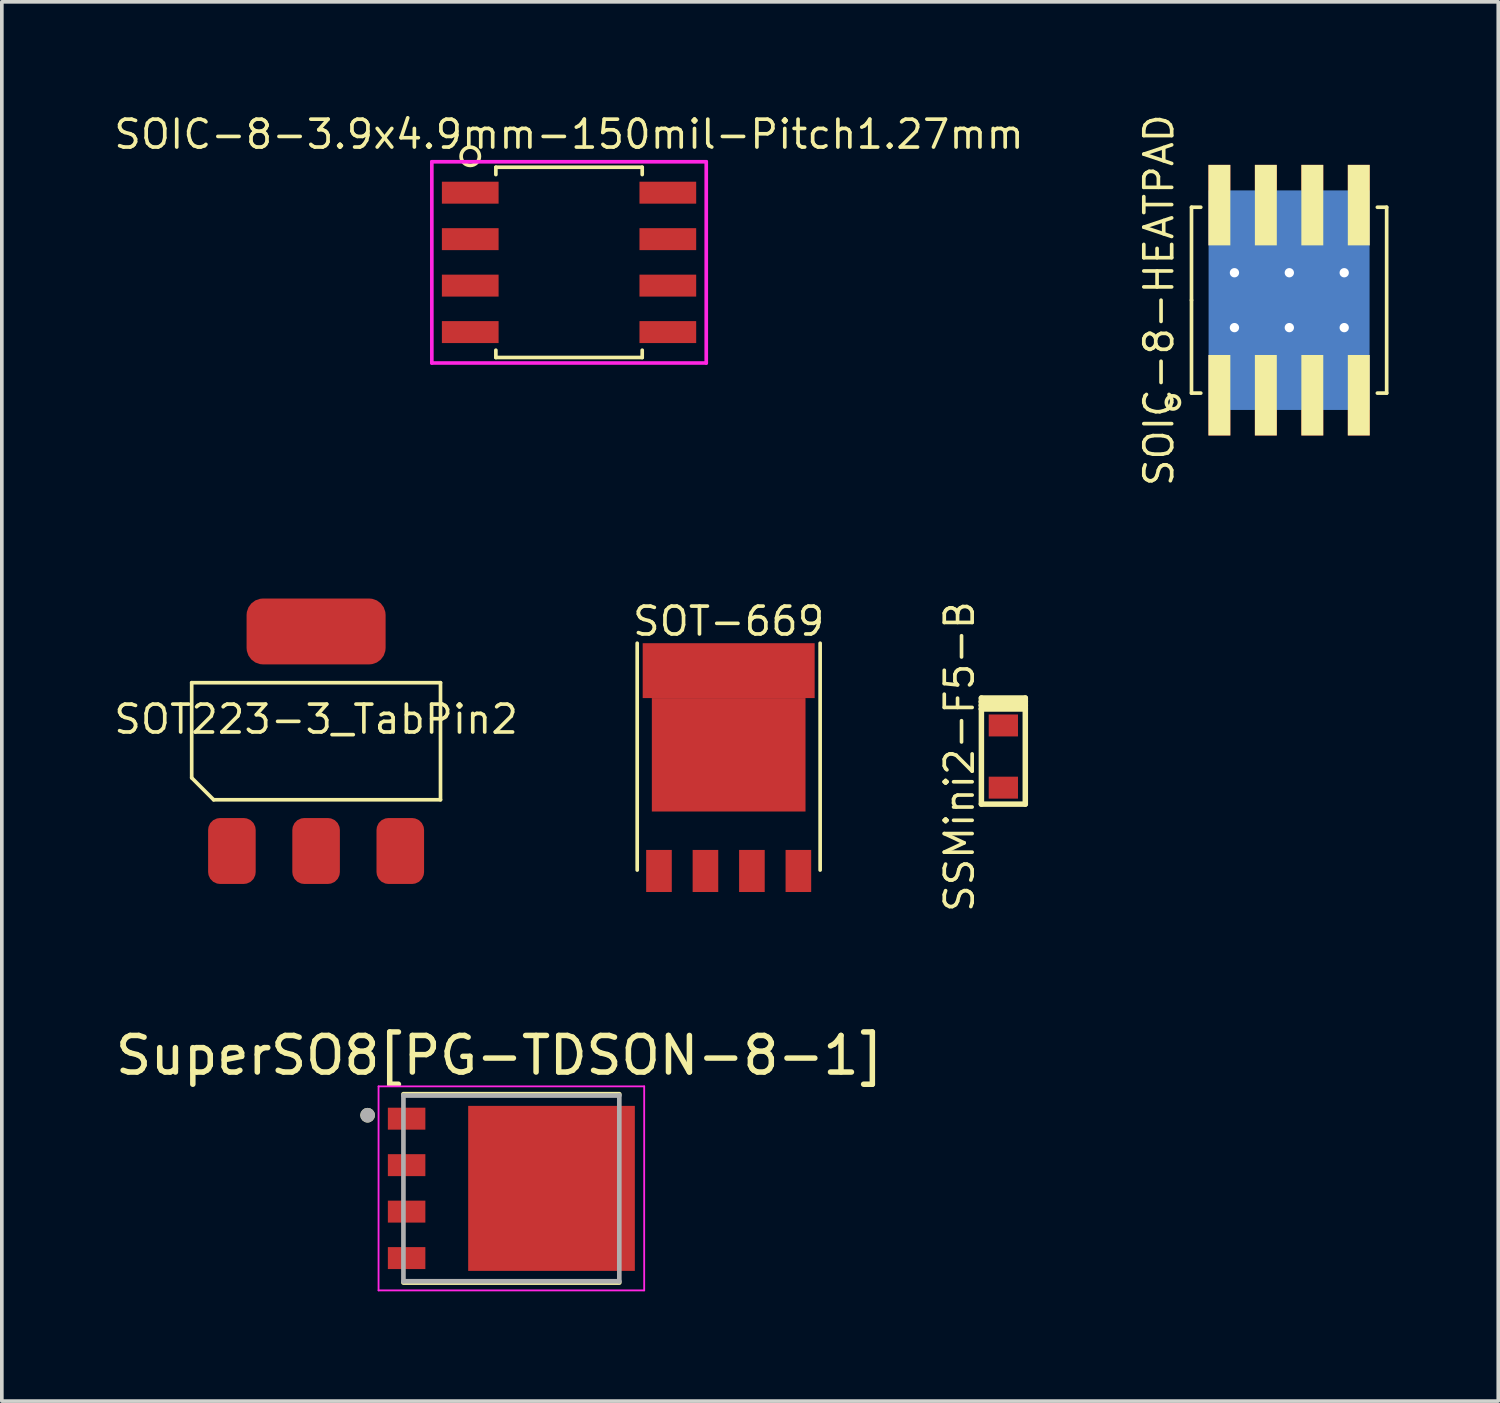
<source format=kicad_pcb>
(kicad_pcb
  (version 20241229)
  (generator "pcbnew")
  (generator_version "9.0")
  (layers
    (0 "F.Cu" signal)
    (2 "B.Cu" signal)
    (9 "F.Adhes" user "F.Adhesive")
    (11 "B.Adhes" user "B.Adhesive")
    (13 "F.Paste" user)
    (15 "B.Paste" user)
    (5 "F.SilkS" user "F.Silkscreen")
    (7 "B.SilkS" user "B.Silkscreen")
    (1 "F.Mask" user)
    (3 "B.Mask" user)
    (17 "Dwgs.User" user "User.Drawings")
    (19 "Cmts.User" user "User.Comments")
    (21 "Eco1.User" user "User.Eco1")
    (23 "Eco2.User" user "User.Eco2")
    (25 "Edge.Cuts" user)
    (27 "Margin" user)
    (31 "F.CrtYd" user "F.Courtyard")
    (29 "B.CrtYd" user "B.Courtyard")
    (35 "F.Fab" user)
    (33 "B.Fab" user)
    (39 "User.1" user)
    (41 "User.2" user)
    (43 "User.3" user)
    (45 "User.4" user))
  (footprint "SOT-669"
    (layer "F.Cu")
    (at 16.865 18.029)
    (property "Reference" "SOT-669" (at 0 -4.1 0) (layer "F.SilkS") (effects (font (size 0.762 0.762) (thickness 0.1))))
    (attr through_hole)
    (fp_line (start -2.5 -3.5) (end -2.5 2.7) (stroke (width 0.1) (type solid)) (layer "F.SilkS"))
    (fp_line (start 2.5 -3.5) (end 2.5 2.7) (stroke (width 0.1) (type solid)) (layer "F.SilkS"))
    (pad "1" smd rect (at -1.905 2.725) (size 0.7 1.15) (layers "F.Cu" "F.Mask" "F.Paste"))
    (pad "2" smd rect (at -0.635 2.725) (size 0.7 1.15) (layers "F.Cu" "F.Mask" "F.Paste"))
    (pad "3" smd rect (at 0.635 2.725) (size 0.7 1.15) (layers "F.Cu" "F.Mask" "F.Paste"))
    (pad "4" smd rect (at 1.905 2.725) (size 0.7 1.15) (layers "F.Cu" "F.Mask" "F.Paste"))
    (pad "mb" smd rect (at 0 -2.75) (size 4.7 1.5) (layers "F.Cu" "F.Mask" "F.Paste"))
    (pad "mb" smd rect (at 0 -0.45) (size 4.2 3.1) (layers "F.Cu" "F.Mask" "F.Paste")))
  (footprint "SOT223-3_TabPin2"
    (layer "F.Cu")
    (at 5.589 17.208)
    (property "Reference" "SOT223-3_TabPin2" (at 0 -0.6 0) (layer "F.SilkS") (effects (font (size 0.762 0.762) (thickness 0.1))))
    (attr smd)
    (fp_line (start -3.4 -1.6) (end -3.4 1) (stroke (width 0.1) (type solid)) (layer "F.SilkS"))
    (fp_line (start -3.4 -1.6) (end 3.4 -1.6) (stroke (width 0.1) (type solid)) (layer "F.SilkS"))
    (fp_line (start -3.4 1) (end -2.8 1.6) (stroke (width 0.1) (type solid)) (layer "F.SilkS"))
    (fp_line (start -2.8 1.6) (end 3.4 1.6) (stroke (width 0.1) (type solid)) (layer "F.SilkS"))
    (fp_line (start 3.4 -1.6) (end 3.4 1.6) (stroke (width 0.1) (type solid)) (layer "F.SilkS"))
    (pad "1" smd roundrect (at -2.301 3) (size 1.3 1.801) (layers "F.Cu" "F.Mask" "F.Paste") (roundrect_rratio 0.25))
    (pad "2" smd roundrect (at 0 -3) (size 3.8 1.801) (layers "F.Cu" "F.Mask" "F.Paste") (roundrect_rratio 0.25))
    (pad "2" smd roundrect (at 0 3) (size 1.3 1.801) (layers "F.Cu" "F.Mask" "F.Paste") (roundrect_rratio 0.25))
    (pad "3" smd roundrect (at 2.301 3) (size 1.3 1.801) (layers "F.Cu" "F.Mask" "F.Paste") (roundrect_rratio 0.25)))
  (footprint "SuperSO8[PG-TDSON-8-1]"
    (layer "F.Cu")
    (at 10.926 29.429)
    (property "Reference" "SuperSO8[PG-TDSON-8-1]" (at -0.325 -3.635 0) (layer "F.SilkS") (effects (font (size 1 1) (thickness 0.15))))
    (attr smd)
    (fp_poly (pts (xy -3.325 -2.155) (xy -2.401 -2.155) (xy -2.401 -1.655) (xy -3.325 -1.655)) (stroke (width 0.01) (type solid)) (fill yes) (layer "F.Mask"))
    (fp_poly (pts (xy -3.325 -0.885) (xy -2.401 -0.885) (xy -2.401 -0.385) (xy -3.325 -0.385)) (stroke (width 0.01) (type solid)) (fill yes) (layer "F.Mask"))
    (fp_poly (pts (xy -3.325 0.385) (xy -2.401 0.385) (xy -2.401 0.885) (xy -3.325 0.885)) (stroke (width 0.01) (type solid)) (fill yes) (layer "F.Mask"))
    (fp_poly (pts (xy -3.325 1.655) (xy -2.401 1.655) (xy -2.401 2.155) (xy -3.325 2.155)) (stroke (width 0.01) (type solid)) (fill yes) (layer "F.Mask"))
    (fp_poly (pts (xy -1.13 -2.205) (xy 3.325 -2.205) (xy 3.325 -1.605) (xy 2.525 -1.605) (xy 2.525 -0.935) (xy 3.325 -0.935) (xy 3.325 -0.335) (xy 2.525 -0.335) (xy 2.525 0.335) (xy 3.325 0.335) (xy 3.325 0.935) (xy 2.525 0.935) (xy 2.525 1.605) (xy 3.325 1.605) (xy 3.325 2.205) (xy -1.13 2.205)) (stroke (width 0.01) (type solid)) (fill yes) (layer "F.Mask"))
    (fp_line (start -2.95 -2.575) (end 2.95 -2.575) (stroke (width 0.127) (type solid)) (layer "F.SilkS"))
    (fp_line (start -2.95 2.575) (end 2.95 2.575) (stroke (width 0.127) (type solid)) (layer "F.SilkS"))
    (fp_circle (center -3.93 -2) (end -3.83 -2) (stroke (width 0.2) (type solid)) (fill no) (layer "F.SilkS"))
    (fp_poly (pts (xy -3.276 -2.105) (xy -2.45 -2.105) (xy -2.45 -1.705) (xy -3.276 -1.705)) (stroke (width 0.01) (type solid)) (fill yes) (layer "F.Paste"))
    (fp_poly (pts (xy -3.276 -0.835) (xy -2.45 -0.835) (xy -2.45 -0.435) (xy -3.276 -0.435)) (stroke (width 0.01) (type solid)) (fill yes) (layer "F.Paste"))
    (fp_poly (pts (xy -3.276 0.435) (xy -2.45 0.435) (xy -2.45 0.835) (xy -3.276 0.835)) (stroke (width 0.01) (type solid)) (fill yes) (layer "F.Paste"))
    (fp_poly (pts (xy -3.276 1.705) (xy -2.45 1.705) (xy -2.45 2.105) (xy -3.276 2.105)) (stroke (width 0.01) (type solid)) (fill yes) (layer "F.Paste"))
    (fp_poly (pts (xy -0.875 -1.6) (xy 0.625 -1.6) (xy 0.625 -0.1) (xy -0.875 -0.1)) (stroke (width 0.01) (type solid)) (fill yes) (layer "F.Paste"))
    (fp_poly (pts (xy -0.875 0.1) (xy 0.625 0.1) (xy 0.625 1.6) (xy -0.875 1.6)) (stroke (width 0.01) (type solid)) (fill yes) (layer "F.Paste"))
    (fp_poly (pts (xy 0.825 -1.6) (xy 2.325 -1.6) (xy 2.325 -0.1) (xy 0.825 -0.1)) (stroke (width 0.01) (type solid)) (fill yes) (layer "F.Paste"))
    (fp_poly (pts (xy 0.825 0.1) (xy 2.325 0.1) (xy 2.325 1.6) (xy 0.825 1.6)) (stroke (width 0.01) (type solid)) (fill yes) (layer "F.Paste"))
    (fp_poly (pts (xy 2.525 -2.155) (xy 3.275 -2.155) (xy 3.275 -1.655) (xy 2.525 -1.655)) (stroke (width 0.01) (type solid)) (fill yes) (layer "F.Paste"))
    (fp_poly (pts (xy 2.525 -0.885) (xy 3.275 -0.885) (xy 3.275 -0.385) (xy 2.525 -0.385)) (stroke (width 0.01) (type solid)) (fill yes) (layer "F.Paste"))
    (fp_poly (pts (xy 2.525 0.385) (xy 3.275 0.385) (xy 3.275 0.885) (xy 2.525 0.885)) (stroke (width 0.01) (type solid)) (fill yes) (layer "F.Paste"))
    (fp_poly (pts (xy 2.525 1.655) (xy 3.275 1.655) (xy 3.275 2.155) (xy 2.525 2.155)) (stroke (width 0.01) (type solid)) (fill yes) (layer "F.Paste"))
    (fp_line (start -3.63 -2.788) (end 3.63 -2.788) (stroke (width 0.05) (type solid)) (layer "F.CrtYd"))
    (fp_line (start -3.63 2.788) (end -3.63 -2.788) (stroke (width 0.05) (type solid)) (layer "F.CrtYd"))
    (fp_line (start 3.63 -2.788) (end 3.63 2.788) (stroke (width 0.05) (type solid)) (layer "F.CrtYd"))
    (fp_line (start 3.63 2.788) (end -3.63 2.788) (stroke (width 0.05) (type solid)) (layer "F.CrtYd"))
    (fp_line (start -2.95 -2.538) (end 2.95 -2.538) (stroke (width 0.127) (type solid)) (layer "F.Fab"))
    (fp_line (start -2.95 2.538) (end -2.95 -2.538) (stroke (width 0.127) (type solid)) (layer "F.Fab"))
    (fp_line (start 2.95 -2.538) (end 2.95 2.538) (stroke (width 0.127) (type solid)) (layer "F.Fab"))
    (fp_line (start 2.95 2.538) (end -2.95 2.538) (stroke (width 0.127) (type solid)) (layer "F.Fab"))
    (fp_circle (center -3.93 -2) (end -3.83 -2) (stroke (width 0.2) (type solid)) (fill no) (layer "F.Fab"))
    (pad "1" smd rect (at -2.863 -1.905) (size 1.025 0.6) (layers "F.Cu"))
    (pad "2" smd rect (at -2.863 -0.635) (size 1.025 0.6) (layers "F.Cu"))
    (pad "3" smd rect (at -2.863 0.635) (size 1.025 0.6) (layers "F.Cu"))
    (pad "4" smd rect (at -2.863 1.905) (size 1.025 0.6) (layers "F.Cu"))
    (pad "5_8" smd rect (at 1.097 0) (size 4.555 4.51) (layers "F.Cu")))
  (footprint "SOIC-8-3.9x4.9mm-150mil-Pitch1.27mm"
    (layer "F.Cu")
    (at 12.502 4.121)
    (property "Reference" "SOIC-8-3.9x4.9mm-150mil-Pitch1.27mm" (at 0 -3.5 0) (layer "F.SilkS") (effects (font (size 0.762 0.762) (thickness 0.1))))
    (attr smd)
    (fp_line (start -2 -2.6) (end 2 -2.6) (stroke (width 0.1) (type solid)) (layer "F.SilkS"))
    (fp_line (start -2 -2.4) (end -2 -2.6) (stroke (width 0.1) (type solid)) (layer "F.SilkS"))
    (fp_line (start -2 2.4) (end -2 2.6) (stroke (width 0.1) (type solid)) (layer "F.SilkS"))
    (fp_line (start -2 2.6) (end 2 2.6) (stroke (width 0.1) (type solid)) (layer "F.SilkS"))
    (fp_line (start 2 -2.6) (end 2 -2.4) (stroke (width 0.1) (type solid)) (layer "F.SilkS"))
    (fp_line (start 2 2.6) (end 2 2.4) (stroke (width 0.1) (type solid)) (layer "F.SilkS"))
    (fp_circle (center -2.7 -2.9) (end -2.95 -2.9) (stroke (width 0.1) (type solid)) (fill no) (layer "F.SilkS"))
    (fp_line (start -3.75 -2.75) (end -3.75 2.75) (stroke (width 0.1) (type solid)) (layer "F.CrtYd"))
    (fp_line (start -3.75 -2.75) (end 3.75 -2.75) (stroke (width 0.1) (type solid)) (layer "F.CrtYd"))
    (fp_line (start -3.75 2.75) (end 3.75 2.75) (stroke (width 0.1) (type solid)) (layer "F.CrtYd"))
    (fp_line (start 3.75 -2.75) (end 3.75 2.75) (stroke (width 0.1) (type solid)) (layer "F.CrtYd"))
    (pad "1" smd rect (at -2.7 -1.905) (size 1.55 0.6) (layers "F.Cu" "F.Mask" "F.Paste"))
    (pad "2" smd rect (at -2.7 -0.635) (size 1.55 0.6) (layers "F.Cu" "F.Mask" "F.Paste"))
    (pad "3" smd rect (at -2.7 0.635) (size 1.55 0.6) (layers "F.Cu" "F.Mask" "F.Paste"))
    (pad "4" smd rect (at -2.7 1.905) (size 1.55 0.6) (layers "F.Cu" "F.Mask" "F.Paste"))
    (pad "5" smd rect (at 2.7 1.905) (size 1.55 0.6) (layers "F.Cu" "F.Mask" "F.Paste"))
    (pad "6" smd rect (at 2.7 0.635) (size 1.55 0.6) (layers "F.Cu" "F.Mask" "F.Paste"))
    (pad "7" smd rect (at 2.7 -0.635) (size 1.55 0.6) (layers "F.Cu" "F.Mask" "F.Paste"))
    (pad "8" smd rect (at 2.7 -1.905) (size 1.55 0.6) (layers "F.Cu" "F.Mask" "F.Paste")))
  (footprint "SOIC-8-HEATPAD"
    (layer "F.Cu")
    (at 32.181 5.154)
    (property "Reference" "SOIC-8-HEATPAD" (at -3.556 0 90) (layer "F.SilkS") (effects (font (size 0.762 0.762) (thickness 0.1))))
    (attr smd)
    (fp_line (start -2.667 -2.54) (end -2.413 -2.54) (stroke (width 0.1) (type solid)) (layer "F.SilkS"))
    (fp_line (start -2.667 0) (end -2.667 -2.54) (stroke (width 0.1) (type solid)) (layer "F.SilkS"))
    (fp_line (start -2.667 0) (end -2.667 2.54) (stroke (width 0.1) (type solid)) (layer "F.SilkS"))
    (fp_line (start -2.667 2.54) (end -2.413 2.54) (stroke (width 0.1) (type solid)) (layer "F.SilkS"))
    (fp_line (start 2.413 -2.54) (end 2.667 -2.54) (stroke (width 0.1) (type solid)) (layer "F.SilkS"))
    (fp_line (start 2.667 -2.54) (end 2.667 2.54) (stroke (width 0.1) (type solid)) (layer "F.SilkS"))
    (fp_line (start 2.667 2.54) (end 2.413 2.54) (stroke (width 0.1) (type solid)) (layer "F.SilkS"))
    (fp_circle (center -3.175 2.794) (end -3.302 2.667) (stroke (width 0.1) (type solid)) (fill no) (layer "F.SilkS"))
    (pad "1" smd rect (at -1.905 2.598) (size 0.599 2.2) (layers "F.Cu" "F.Mask" "F.SilkS" "F.Paste"))
    (pad "2" smd rect (at -0.635 2.598) (size 0.599 2.2) (layers "F.Cu" "F.Mask" "F.SilkS" "F.Paste"))
    (pad "3" smd rect (at 0.635 2.598) (size 0.599 2.2) (layers "F.Cu" "F.Mask" "F.SilkS" "F.Paste"))
    (pad "4" smd rect (at 1.905 2.598) (size 0.599 2.2) (layers "F.Cu" "F.Mask" "F.SilkS" "F.Paste"))
    (pad "5" smd rect (at 1.905 -2.598) (size 0.599 2.2) (layers "F.Cu" "F.Mask" "F.SilkS" "F.Paste"))
    (pad "6" smd rect (at 0.635 -2.598) (size 0.599 2.2) (layers "F.Cu" "F.Mask" "F.SilkS" "F.Paste"))
    (pad "7" smd rect (at -0.635 -2.598) (size 0.599 2.2) (layers "F.Cu" "F.Mask" "F.SilkS" "F.Paste"))
    (pad "8" smd rect (at -1.905 -2.598) (size 0.599 2.2) (layers "F.Cu" "F.Mask" "F.SilkS" "F.Paste"))
    (pad "9" thru_hole circle (at -1.493 -0.75) (size 0.381 0.381) (drill 0.254) (layers "*.Cu" "*.Mask"))
    (pad "9" thru_hole circle (at -1.493 0.75) (size 0.381 0.381) (drill 0.254) (layers "*.Cu" "*.Mask"))
    (pad "9" smd rect (at 0 0) (size 3 2) (layers "F.Cu" "F.Mask"))
    (pad "9" smd rect (at 0 0) (size 4.4 6) (layers "B.Cu" "B.Mask"))
    (pad "9" thru_hole circle (at 0.007 -0.75) (size 0.381 0.381) (drill 0.254) (layers "*.Cu" "*.Mask"))
    (pad "9" thru_hole circle (at 0.007 0.75) (size 0.381 0.381) (drill 0.254) (layers "*.Cu" "*.Mask"))
    (pad "9" thru_hole circle (at 1.507 -0.75) (size 0.381 0.381) (drill 0.254) (layers "*.Cu" "*.Mask"))
    (pad "9" thru_hole circle (at 1.507 0.75) (size 0.381 0.381) (drill 0.254) (layers "*.Cu" "*.Mask")))
  (footprint "SSMini2-F5-B"
    (layer "F.Cu")
    (at 24.372 17.627)
    (property "Reference" "SSMini2-F5-B" (at -1.2 0 90) (layer "F.SilkS") (effects (font (size 0.762 0.762) (thickness 0.1))))
    (attr through_hole)
    (fp_line (start -0.6 -1.6) (end 0.6 -1.6) (stroke (width 0.15) (type solid)) (layer "F.SilkS"))
    (fp_line (start -0.6 -1.5) (end -0.6 -1.6) (stroke (width 0.15) (type solid)) (layer "F.SilkS"))
    (fp_line (start -0.6 -1.5) (end -0.6 -1.4) (stroke (width 0.15) (type solid)) (layer "F.SilkS"))
    (fp_line (start -0.6 -1.4) (end 0.6 -1.4) (stroke (width 0.15) (type solid)) (layer "F.SilkS"))
    (fp_line (start -0.6 -1.3) (end -0.6 -1.4) (stroke (width 0.15) (type solid)) (layer "F.SilkS"))
    (fp_line (start -0.6 -1.3) (end 0.6 -1.3) (stroke (width 0.15) (type solid)) (layer "F.SilkS"))
    (fp_line (start -0.6 1.3) (end -0.6 -1.3) (stroke (width 0.15) (type solid)) (layer "F.SilkS"))
    (fp_line (start 0.6 -1.6) (end 0.6 -1.5) (stroke (width 0.15) (type solid)) (layer "F.SilkS"))
    (fp_line (start 0.6 -1.5) (end -0.6 -1.5) (stroke (width 0.15) (type solid)) (layer "F.SilkS"))
    (fp_line (start 0.6 -1.4) (end 0.6 -1.5) (stroke (width 0.15) (type solid)) (layer "F.SilkS"))
    (fp_line (start 0.6 -1.4) (end 0.6 -1.3) (stroke (width 0.15) (type solid)) (layer "F.SilkS"))
    (fp_line (start 0.6 -1.3) (end 0.6 1.3) (stroke (width 0.15) (type solid)) (layer "F.SilkS"))
    (fp_line (start 0.6 1.3) (end -0.6 1.3) (stroke (width 0.15) (type solid)) (layer "F.SilkS"))
    (pad "1" smd rect (at 0 -0.85) (size 0.8 0.6) (layers "F.Cu" "F.Mask" "F.Paste"))
    (pad "2" smd rect (at 0 0.85) (size 0.8 0.6) (layers "F.Cu" "F.Mask" "F.Paste")))
  (gr_rect
    (start -3 -3)
    (end 37.898 35.242)
    (stroke (width 0.1) (type default))
    (fill no)
    (layer "Edge.Cuts")))
</source>
